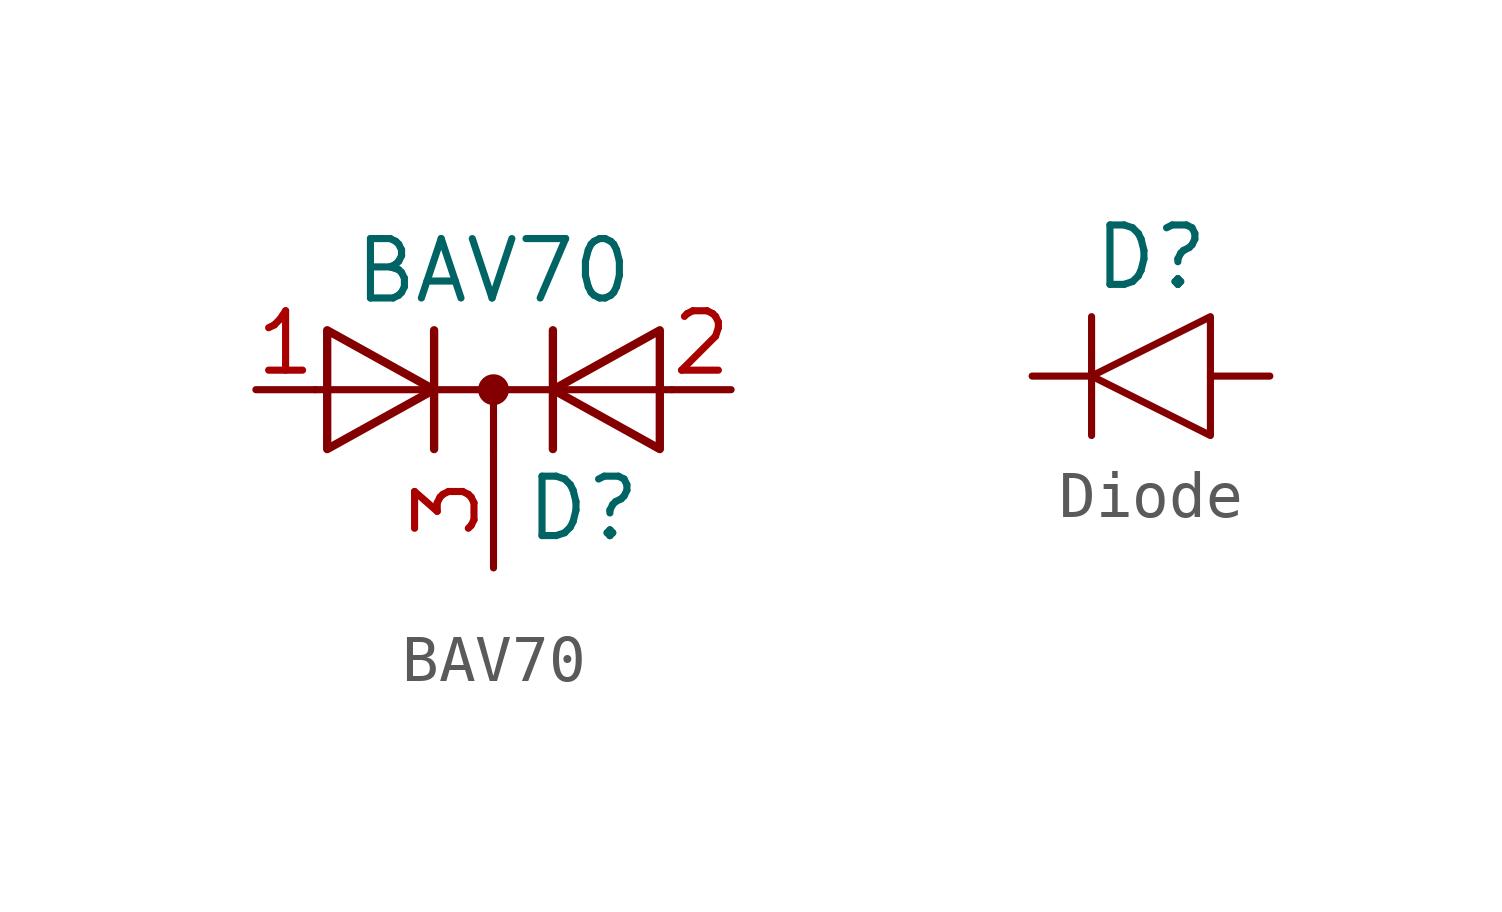
<source format=kicad_sym>
(kicad_symbol_lib
  (version 20211014)
  (generator kicad_symbol_editor)
  (symbol "BAV70"
    (pin_names
      (offset 0.762) hide)
    (property "Reference" "D"
      (at 0.635 -2.54 0)
      (effects (font (size 1.27 1.27)) (justify left)))
    (property "Value" "BAV70"
      (at 0 2.54 0)
      (effects (font (size 1.27 1.27))))
    (symbol "BAV70_0_1"
      (polyline (pts (xy -3.81 0) (xy 3.81 0)) (stroke (width 0) (type default) (color 0 0 0 0)) (fill (type none)))
      (polyline (pts (xy 0 0) (xy 0 -1.27)) (stroke (width 0) (type default) (color 0 0 0 0)) (fill (type none)))
      (polyline (pts (xy -1.27 -1.27) (xy -1.27 1.27) (xy -1.27 1.27)) (stroke (width 0.178) (type default) (color 0 0 0 0)) (fill (type none)))
      (polyline (pts (xy 1.27 -1.27) (xy 1.27 1.27) (xy 1.27 1.27)) (stroke (width 0.178) (type default) (color 0 0 0 0)) (fill (type none)))
      (polyline (pts (xy -3.556 1.27) (xy -1.27 0) (xy -3.556 -1.27) (xy -3.556 1.27)) (stroke (width 0.178) (type default) (color 0 0 0 0)) (fill (type none)))
      (polyline (pts (xy 3.556 -1.27) (xy 1.27 0) (xy 3.556 1.27) (xy 3.556 -1.27)) (stroke (width 0.178) (type default) (color 0 0 0 0)) (fill (type none)))
      (circle (center 0 0) (radius 0.254) (stroke (width 0) (type default) (color 0 0 0 0)) (fill (type outline)))
      (pin passive line (at -5.08 0 0) (length 1.27) (name "A" (effects (font (size 1.27 1.27)))) (number "1" (effects (font (size 1.27 1.27)))))
      (pin passive line (at 5.08 0 180) (length 1.27) (name "A" (effects (font (size 1.27 1.27)))) (number "2" (effects (font (size 1.27 1.27)))))
      (pin passive line (at 0 -3.81 90) (length 2.54) (name "K" (effects (font (size 1.27 1.27)))) (number "3" (effects (font (size 1.27 1.27)))))))
  (symbol "Diode"
    (pin_numbers hide)
    (pin_names
      (offset 1.016) hide)
    (property "Reference" "D"
      (at 0 2.54 0)
      (effects (font (size 1.27 1.27))))
    (symbol "Diode_0_1"
      (polyline (pts (xy -1.27 1.27) (xy -1.27 -1.27)) (stroke (width 0) (type default) (color 0 0 0 0)) (fill (type none)))
      (polyline (pts (xy -1.27 0) (xy 1.27 1.27) (xy 1.27 -1.27) (xy -1.27 0)) (stroke (width 0) (type default) (color 0 0 0 0)) (fill (type none))))
    (symbol "Diode_1_1"
      (pin passive line (at -2.54 0 0) (length 1.27) (name "K" (effects (font (size 1.27 1.27)))) (number "1" (effects (font (size 1.27 1.27)))))
      (pin passive line (at 2.54 0 180) (length 1.27) (name "A" (effects (font (size 1.27 1.27)))) (number "2" (effects (font (size 1.27 1.27))))))))
</source>
